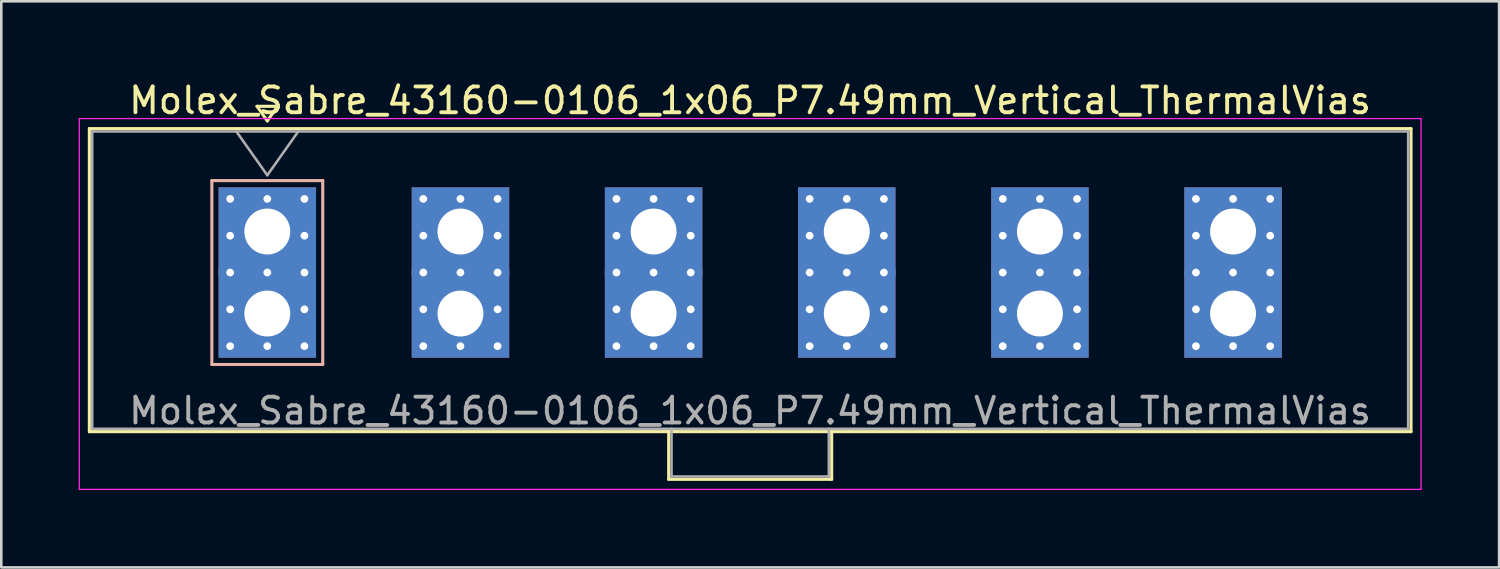
<source format=kicad_pcb>
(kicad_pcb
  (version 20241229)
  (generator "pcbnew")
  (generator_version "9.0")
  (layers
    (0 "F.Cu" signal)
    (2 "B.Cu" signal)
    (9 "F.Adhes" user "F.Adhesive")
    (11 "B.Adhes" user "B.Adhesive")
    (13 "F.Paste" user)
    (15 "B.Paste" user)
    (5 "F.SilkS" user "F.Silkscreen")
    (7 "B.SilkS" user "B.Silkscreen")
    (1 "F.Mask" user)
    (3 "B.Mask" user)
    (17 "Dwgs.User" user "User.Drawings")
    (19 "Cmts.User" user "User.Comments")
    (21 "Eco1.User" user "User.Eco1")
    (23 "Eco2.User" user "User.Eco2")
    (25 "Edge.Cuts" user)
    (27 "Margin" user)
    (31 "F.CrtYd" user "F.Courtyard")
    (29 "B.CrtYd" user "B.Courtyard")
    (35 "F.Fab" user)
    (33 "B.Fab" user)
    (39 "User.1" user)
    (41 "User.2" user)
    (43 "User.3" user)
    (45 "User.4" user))
  (footprint "Molex_Sabre_43160-0106_1x06_P7.49mm_Vertical_ThermalVias"
    (layer "F.Cu")
    (at 7.315 9.108)
    (property "Reference" "Molex_Sabre_43160-0106_1x06_P7.49mm_Vertical_ThermalVias" (at 18.72 -8.26 0) (layer "F.SilkS") (effects (font (size 1 1) (thickness 0.15))))
    (attr through_hole)
    (fp_line (start -6.9 -7.17) (end -6.9 4.58) (stroke (width 0.12) (type solid)) (layer "F.SilkS"))
    (fp_line (start -6.9 4.58) (end 44.35 4.58) (stroke (width 0.12) (type solid)) (layer "F.SilkS"))
    (fp_line (start -0.4 -8.036) (end 0 -7.47) (stroke (width 0.12) (type solid)) (layer "F.SilkS"))
    (fp_line (start 0 -7.47) (end 0.4 -8.036) (stroke (width 0.12) (type solid)) (layer "F.SilkS"))
    (fp_line (start 0.4 -8.036) (end -0.4 -8.036) (stroke (width 0.12) (type solid)) (layer "F.SilkS"))
    (fp_line (start 15.565 4.58) (end 15.565 6.43) (stroke (width 0.12) (type solid)) (layer "F.SilkS"))
    (fp_line (start 15.565 6.43) (end 21.885 6.43) (stroke (width 0.12) (type solid)) (layer "F.SilkS"))
    (fp_line (start 21.885 6.43) (end 21.885 4.58) (stroke (width 0.12) (type solid)) (layer "F.SilkS"))
    (fp_line (start 44.35 -7.17) (end -6.9 -7.17) (stroke (width 0.12) (type solid)) (layer "F.SilkS"))
    (fp_line (start 44.35 4.58) (end 44.35 -7.17) (stroke (width 0.12) (type solid)) (layer "F.SilkS"))
    (fp_line (start -2.15 -5.155) (end -2.15 1.975) (stroke (width 0.12) (type solid)) (layer "B.SilkS"))
    (fp_line (start -2.15 1.975) (end 2.15 1.975) (stroke (width 0.12) (type solid)) (layer "B.SilkS"))
    (fp_line (start 2.15 -5.155) (end -2.15 -5.155) (stroke (width 0.12) (type solid)) (layer "B.SilkS"))
    (fp_line (start 2.15 1.975) (end 2.15 -5.155) (stroke (width 0.12) (type solid)) (layer "B.SilkS"))
    (fp_line (start -7.29 -7.56) (end -7.29 6.82) (stroke (width 0.05) (type solid)) (layer "F.CrtYd"))
    (fp_line (start -7.29 6.82) (end 44.74 6.82) (stroke (width 0.05) (type solid)) (layer "F.CrtYd"))
    (fp_line (start 44.74 -7.56) (end -7.29 -7.56) (stroke (width 0.05) (type solid)) (layer "F.CrtYd"))
    (fp_line (start 44.74 6.82) (end 44.74 -7.56) (stroke (width 0.05) (type solid)) (layer "F.CrtYd"))
    (fp_line (start -6.79 -7.06) (end -6.79 4.47) (stroke (width 0.1) (type solid)) (layer "F.Fab"))
    (fp_line (start -6.79 4.47) (end 44.24 4.47) (stroke (width 0.1) (type solid)) (layer "F.Fab"))
    (fp_line (start -1.2 -7.06) (end 0 -5.363) (stroke (width 0.1) (type solid)) (layer "F.Fab"))
    (fp_line (start 0 -5.363) (end 1.2 -7.06) (stroke (width 0.1) (type solid)) (layer "F.Fab"))
    (fp_line (start 15.675 4.47) (end 15.675 6.32) (stroke (width 0.1) (type solid)) (layer "F.Fab"))
    (fp_line (start 15.675 6.32) (end 21.775 6.32) (stroke (width 0.1) (type solid)) (layer "F.Fab"))
    (fp_line (start 21.775 6.32) (end 21.775 4.47) (stroke (width 0.1) (type solid)) (layer "F.Fab"))
    (fp_line (start 44.24 -7.06) (end -6.79 -7.06) (stroke (width 0.1) (type solid)) (layer "F.Fab"))
    (fp_line (start 44.24 4.47) (end 44.24 -7.06) (stroke (width 0.1) (type solid)) (layer "F.Fab"))
    (fp_text user "${REFERENCE}" (at 18.72 3.77 0) (layer "F.Fab") (effects (font (size 1 1) (thickness 0.15))))
    (pad "1" thru_hole rect (at -1.44 -4.445) (size 0.6 0.6) (drill 0.3) (layers "*.Cu" "*.Mask"))
    (pad "1" thru_hole rect (at -1.44 -3.018) (size 0.6 0.6) (drill 0.3) (layers "*.Cu" "*.Mask"))
    (pad "1" thru_hole rect (at -1.44 -1.59) (size 0.6 0.6) (drill 0.3) (layers "*.Cu" "*.Mask"))
    (pad "1" thru_hole rect (at -1.44 -0.163) (size 0.6 0.6) (drill 0.3) (layers "*.Cu" "*.Mask"))
    (pad "1" thru_hole rect (at -1.44 1.265) (size 0.6 0.6) (drill 0.3) (layers "*.Cu" "*.Mask"))
    (pad "1" thru_hole rect (at 0 -4.445) (size 0.6 0.6) (drill 0.3) (layers "*.Cu" "*.Mask"))
    (pad "1" thru_hole rect (at 0 -3.18) (size 3.78 3.43) (drill 1.78) (layers "*.Cu" "*.Mask"))
    (pad "1" thru_hole rect (at 0 -1.59) (size 0.6 0.6) (drill 0.3) (layers "*.Cu" "*.Mask"))
    (pad "1" thru_hole rect (at 0 0) (size 3.78 3.43) (drill 1.78) (layers "*.Cu" "*.Mask"))
    (pad "1" thru_hole rect (at 0 1.265) (size 0.6 0.6) (drill 0.3) (layers "*.Cu" "*.Mask"))
    (pad "1" thru_hole rect (at 1.44 -4.445) (size 0.6 0.6) (drill 0.3) (layers "*.Cu" "*.Mask"))
    (pad "1" thru_hole rect (at 1.44 -3.018) (size 0.6 0.6) (drill 0.3) (layers "*.Cu" "*.Mask"))
    (pad "1" thru_hole rect (at 1.44 -1.59) (size 0.6 0.6) (drill 0.3) (layers "*.Cu" "*.Mask"))
    (pad "1" thru_hole rect (at 1.44 -0.163) (size 0.6 0.6) (drill 0.3) (layers "*.Cu" "*.Mask"))
    (pad "1" thru_hole rect (at 1.44 1.265) (size 0.6 0.6) (drill 0.3) (layers "*.Cu" "*.Mask"))
    (pad "2" thru_hole circle (at 6.05 -4.445) (size 0.6 0.6) (drill 0.3) (layers "*.Cu" "*.Mask"))
    (pad "2" thru_hole circle (at 6.05 -3.018) (size 0.6 0.6) (drill 0.3) (layers "*.Cu" "*.Mask"))
    (pad "2" thru_hole circle (at 6.05 -1.59) (size 0.6 0.6) (drill 0.3) (layers "*.Cu" "*.Mask"))
    (pad "2" thru_hole circle (at 6.05 -0.163) (size 0.6 0.6) (drill 0.3) (layers "*.Cu" "*.Mask"))
    (pad "2" thru_hole circle (at 6.05 1.265) (size 0.6 0.6) (drill 0.3) (layers "*.Cu" "*.Mask"))
    (pad "2" thru_hole circle (at 7.49 -4.445) (size 0.6 0.6) (drill 0.3) (layers "*.Cu" "*.Mask"))
    (pad "2" thru_hole rect (at 7.49 -3.18) (size 3.78 3.43) (drill 1.78) (layers "*.Cu" "*.Mask"))
    (pad "2" thru_hole circle (at 7.49 -1.59) (size 0.6 0.6) (drill 0.3) (layers "*.Cu" "*.Mask"))
    (pad "2" thru_hole rect (at 7.49 0) (size 3.78 3.43) (drill 1.78) (layers "*.Cu" "*.Mask"))
    (pad "2" thru_hole circle (at 7.49 1.265) (size 0.6 0.6) (drill 0.3) (layers "*.Cu" "*.Mask"))
    (pad "2" thru_hole circle (at 8.93 -4.445) (size 0.6 0.6) (drill 0.3) (layers "*.Cu" "*.Mask"))
    (pad "2" thru_hole circle (at 8.93 -3.018) (size 0.6 0.6) (drill 0.3) (layers "*.Cu" "*.Mask"))
    (pad "2" thru_hole circle (at 8.93 -1.59) (size 0.6 0.6) (drill 0.3) (layers "*.Cu" "*.Mask"))
    (pad "2" thru_hole circle (at 8.93 -0.163) (size 0.6 0.6) (drill 0.3) (layers "*.Cu" "*.Mask"))
    (pad "2" thru_hole circle (at 8.93 1.265) (size 0.6 0.6) (drill 0.3) (layers "*.Cu" "*.Mask"))
    (pad "3" thru_hole circle (at 13.54 -4.445) (size 0.6 0.6) (drill 0.3) (layers "*.Cu" "*.Mask"))
    (pad "3" thru_hole circle (at 13.54 -3.018) (size 0.6 0.6) (drill 0.3) (layers "*.Cu" "*.Mask"))
    (pad "3" thru_hole circle (at 13.54 -1.59) (size 0.6 0.6) (drill 0.3) (layers "*.Cu" "*.Mask"))
    (pad "3" thru_hole circle (at 13.54 -0.163) (size 0.6 0.6) (drill 0.3) (layers "*.Cu" "*.Mask"))
    (pad "3" thru_hole circle (at 13.54 1.265) (size 0.6 0.6) (drill 0.3) (layers "*.Cu" "*.Mask"))
    (pad "3" thru_hole circle (at 14.98 -4.445) (size 0.6 0.6) (drill 0.3) (layers "*.Cu" "*.Mask"))
    (pad "3" thru_hole rect (at 14.98 -3.18) (size 3.78 3.43) (drill 1.78) (layers "*.Cu" "*.Mask"))
    (pad "3" thru_hole circle (at 14.98 -1.59) (size 0.6 0.6) (drill 0.3) (layers "*.Cu" "*.Mask"))
    (pad "3" thru_hole rect (at 14.98 0) (size 3.78 3.43) (drill 1.78) (layers "*.Cu" "*.Mask"))
    (pad "3" thru_hole circle (at 14.98 1.265) (size 0.6 0.6) (drill 0.3) (layers "*.Cu" "*.Mask"))
    (pad "3" thru_hole circle (at 16.42 -4.445) (size 0.6 0.6) (drill 0.3) (layers "*.Cu" "*.Mask"))
    (pad "3" thru_hole circle (at 16.42 -3.018) (size 0.6 0.6) (drill 0.3) (layers "*.Cu" "*.Mask"))
    (pad "3" thru_hole circle (at 16.42 -1.59) (size 0.6 0.6) (drill 0.3) (layers "*.Cu" "*.Mask"))
    (pad "3" thru_hole circle (at 16.42 -0.163) (size 0.6 0.6) (drill 0.3) (layers "*.Cu" "*.Mask"))
    (pad "3" thru_hole circle (at 16.42 1.265) (size 0.6 0.6) (drill 0.3) (layers "*.Cu" "*.Mask"))
    (pad "4" thru_hole circle (at 21.03 -4.445) (size 0.6 0.6) (drill 0.3) (layers "*.Cu" "*.Mask"))
    (pad "4" thru_hole circle (at 21.03 -3.018) (size 0.6 0.6) (drill 0.3) (layers "*.Cu" "*.Mask"))
    (pad "4" thru_hole circle (at 21.03 -1.59) (size 0.6 0.6) (drill 0.3) (layers "*.Cu" "*.Mask"))
    (pad "4" thru_hole circle (at 21.03 -0.163) (size 0.6 0.6) (drill 0.3) (layers "*.Cu" "*.Mask"))
    (pad "4" thru_hole circle (at 21.03 1.265) (size 0.6 0.6) (drill 0.3) (layers "*.Cu" "*.Mask"))
    (pad "4" thru_hole circle (at 22.47 -4.445) (size 0.6 0.6) (drill 0.3) (layers "*.Cu" "*.Mask"))
    (pad "4" thru_hole rect (at 22.47 -3.18) (size 3.78 3.43) (drill 1.78) (layers "*.Cu" "*.Mask"))
    (pad "4" thru_hole circle (at 22.47 -1.59) (size 0.6 0.6) (drill 0.3) (layers "*.Cu" "*.Mask"))
    (pad "4" thru_hole rect (at 22.47 0) (size 3.78 3.43) (drill 1.78) (layers "*.Cu" "*.Mask"))
    (pad "4" thru_hole circle (at 22.47 1.265) (size 0.6 0.6) (drill 0.3) (layers "*.Cu" "*.Mask"))
    (pad "4" thru_hole circle (at 23.91 -4.445) (size 0.6 0.6) (drill 0.3) (layers "*.Cu" "*.Mask"))
    (pad "4" thru_hole circle (at 23.91 -3.018) (size 0.6 0.6) (drill 0.3) (layers "*.Cu" "*.Mask"))
    (pad "4" thru_hole circle (at 23.91 -1.59) (size 0.6 0.6) (drill 0.3) (layers "*.Cu" "*.Mask"))
    (pad "4" thru_hole circle (at 23.91 -0.163) (size 0.6 0.6) (drill 0.3) (layers "*.Cu" "*.Mask"))
    (pad "4" thru_hole circle (at 23.91 1.265) (size 0.6 0.6) (drill 0.3) (layers "*.Cu" "*.Mask"))
    (pad "5" thru_hole circle (at 28.52 -4.445) (size 0.6 0.6) (drill 0.3) (layers "*.Cu" "*.Mask"))
    (pad "5" thru_hole circle (at 28.52 -3.018) (size 0.6 0.6) (drill 0.3) (layers "*.Cu" "*.Mask"))
    (pad "5" thru_hole circle (at 28.52 -1.59) (size 0.6 0.6) (drill 0.3) (layers "*.Cu" "*.Mask"))
    (pad "5" thru_hole circle (at 28.52 -0.163) (size 0.6 0.6) (drill 0.3) (layers "*.Cu" "*.Mask"))
    (pad "5" thru_hole circle (at 28.52 1.265) (size 0.6 0.6) (drill 0.3) (layers "*.Cu" "*.Mask"))
    (pad "5" thru_hole circle (at 29.96 -4.445) (size 0.6 0.6) (drill 0.3) (layers "*.Cu" "*.Mask"))
    (pad "5" thru_hole rect (at 29.96 -3.18) (size 3.78 3.43) (drill 1.78) (layers "*.Cu" "*.Mask"))
    (pad "5" thru_hole circle (at 29.96 -1.59) (size 0.6 0.6) (drill 0.3) (layers "*.Cu" "*.Mask"))
    (pad "5" thru_hole rect (at 29.96 0) (size 3.78 3.43) (drill 1.78) (layers "*.Cu" "*.Mask"))
    (pad "5" thru_hole circle (at 29.96 1.265) (size 0.6 0.6) (drill 0.3) (layers "*.Cu" "*.Mask"))
    (pad "5" thru_hole circle (at 31.4 -4.445) (size 0.6 0.6) (drill 0.3) (layers "*.Cu" "*.Mask"))
    (pad "5" thru_hole circle (at 31.4 -3.018) (size 0.6 0.6) (drill 0.3) (layers "*.Cu" "*.Mask"))
    (pad "5" thru_hole circle (at 31.4 -1.59) (size 0.6 0.6) (drill 0.3) (layers "*.Cu" "*.Mask"))
    (pad "5" thru_hole circle (at 31.4 -0.163) (size 0.6 0.6) (drill 0.3) (layers "*.Cu" "*.Mask"))
    (pad "5" thru_hole circle (at 31.4 1.265) (size 0.6 0.6) (drill 0.3) (layers "*.Cu" "*.Mask"))
    (pad "6" thru_hole circle (at 36.01 -4.445) (size 0.6 0.6) (drill 0.3) (layers "*.Cu" "*.Mask"))
    (pad "6" thru_hole circle (at 36.01 -3.018) (size 0.6 0.6) (drill 0.3) (layers "*.Cu" "*.Mask"))
    (pad "6" thru_hole circle (at 36.01 -1.59) (size 0.6 0.6) (drill 0.3) (layers "*.Cu" "*.Mask"))
    (pad "6" thru_hole circle (at 36.01 -0.163) (size 0.6 0.6) (drill 0.3) (layers "*.Cu" "*.Mask"))
    (pad "6" thru_hole circle (at 36.01 1.265) (size 0.6 0.6) (drill 0.3) (layers "*.Cu" "*.Mask"))
    (pad "6" thru_hole circle (at 37.45 -4.445) (size 0.6 0.6) (drill 0.3) (layers "*.Cu" "*.Mask"))
    (pad "6" thru_hole rect (at 37.45 -3.18) (size 3.78 3.43) (drill 1.78) (layers "*.Cu" "*.Mask"))
    (pad "6" thru_hole circle (at 37.45 -1.59) (size 0.6 0.6) (drill 0.3) (layers "*.Cu" "*.Mask"))
    (pad "6" thru_hole rect (at 37.45 0) (size 3.78 3.43) (drill 1.78) (layers "*.Cu" "*.Mask"))
    (pad "6" thru_hole circle (at 37.45 1.265) (size 0.6 0.6) (drill 0.3) (layers "*.Cu" "*.Mask"))
    (pad "6" thru_hole circle (at 38.89 -4.445) (size 0.6 0.6) (drill 0.3) (layers "*.Cu" "*.Mask"))
    (pad "6" thru_hole circle (at 38.89 -3.018) (size 0.6 0.6) (drill 0.3) (layers "*.Cu" "*.Mask"))
    (pad "6" thru_hole circle (at 38.89 -1.59) (size 0.6 0.6) (drill 0.3) (layers "*.Cu" "*.Mask"))
    (pad "6" thru_hole circle (at 38.89 -0.163) (size 0.6 0.6) (drill 0.3) (layers "*.Cu" "*.Mask"))
    (pad "6" thru_hole circle (at 38.89 1.265) (size 0.6 0.6) (drill 0.3) (layers "*.Cu" "*.Mask")))
  (gr_rect
    (start -3 -3)
    (end 55.08 18.953)
    (stroke (width 0.1) (type default))
    (fill no)
    (layer "Edge.Cuts")))
</source>
